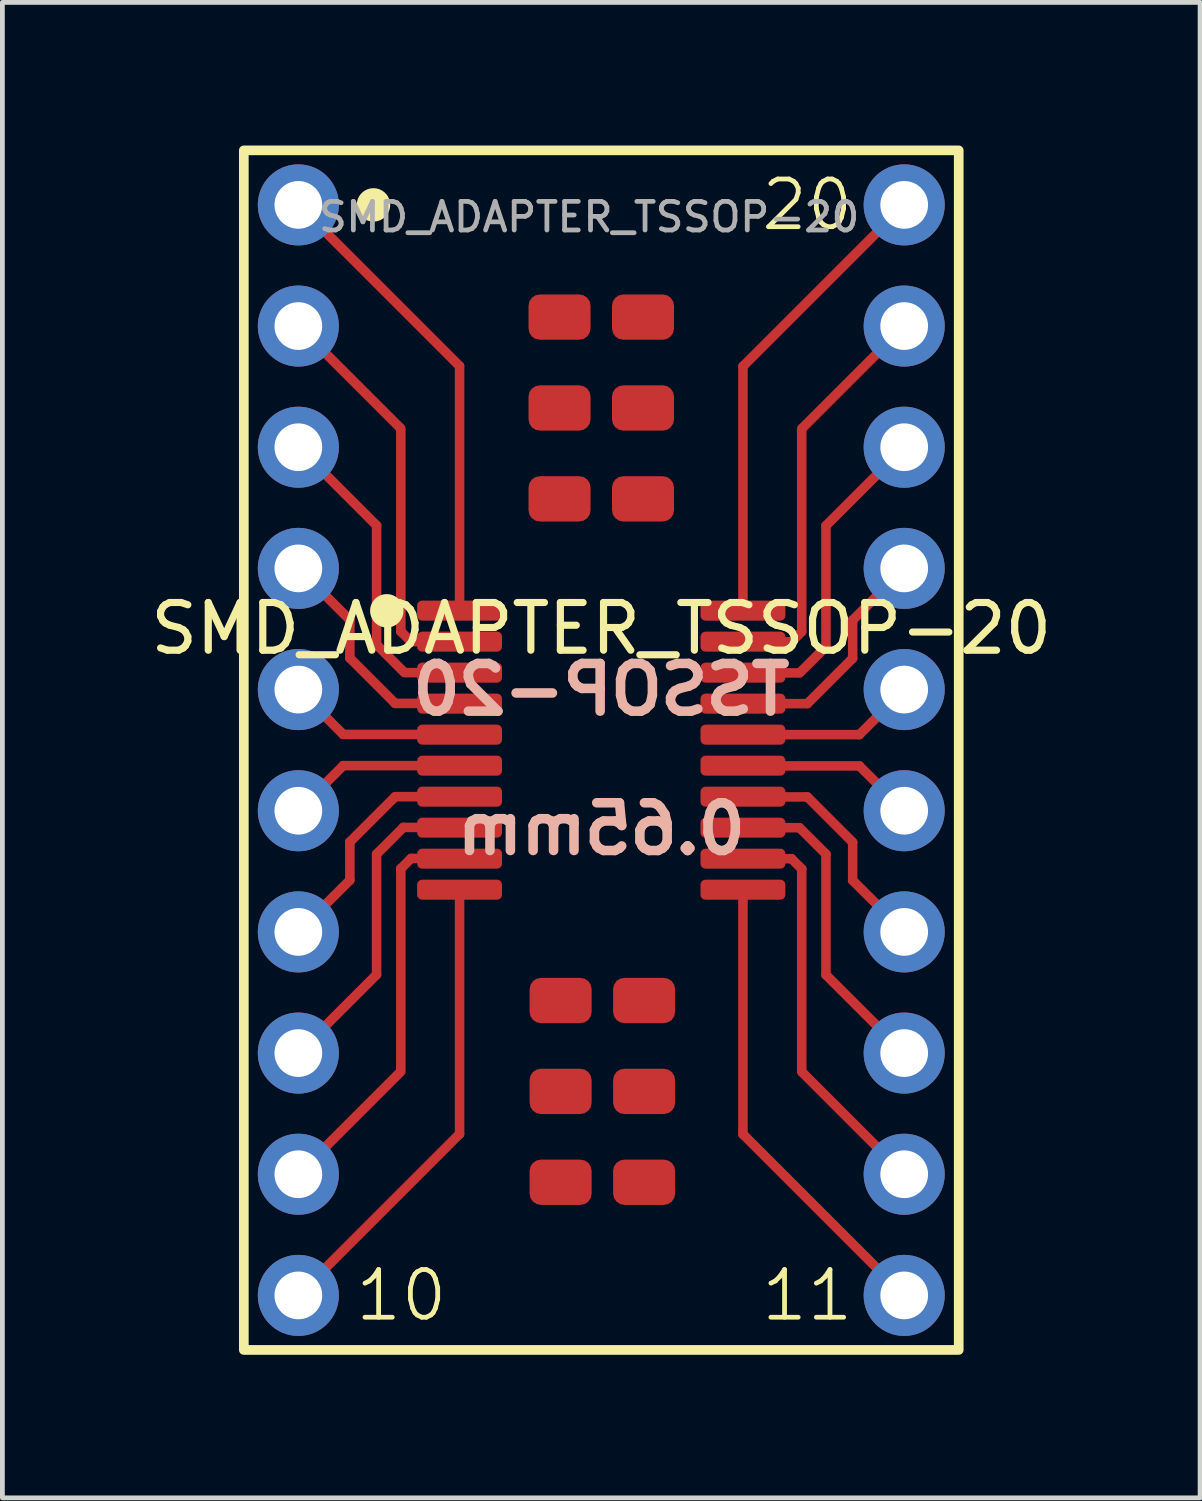
<source format=kicad_pcb>
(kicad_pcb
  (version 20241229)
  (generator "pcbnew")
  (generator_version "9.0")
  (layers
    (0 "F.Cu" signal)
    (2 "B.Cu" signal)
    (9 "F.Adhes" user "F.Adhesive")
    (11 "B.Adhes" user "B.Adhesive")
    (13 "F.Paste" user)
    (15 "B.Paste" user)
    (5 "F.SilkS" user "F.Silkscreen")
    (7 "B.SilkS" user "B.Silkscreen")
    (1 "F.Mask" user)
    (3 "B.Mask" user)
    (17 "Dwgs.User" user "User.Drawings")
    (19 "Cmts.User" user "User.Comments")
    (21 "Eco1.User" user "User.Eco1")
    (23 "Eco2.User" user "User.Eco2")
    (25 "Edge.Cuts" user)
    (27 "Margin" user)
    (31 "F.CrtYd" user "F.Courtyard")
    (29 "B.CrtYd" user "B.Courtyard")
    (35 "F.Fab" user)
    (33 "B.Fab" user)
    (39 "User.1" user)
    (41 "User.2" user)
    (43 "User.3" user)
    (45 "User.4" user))
  (footprint "SMD_ADAPTER_TSSOP-20"
    (layer "F.Cu")
    (at 9.554 12.675)
    (property "Reference" "SMD_ADAPTER_TSSOP-20" (at 0 -2.55 0) (layer "F.SilkS") (effects (font (size 1 1) (thickness 0.15))))
    (attr smd)
    (fp_line (start -6.35 -11.43) (end -2.972 -8.052) (stroke (width 0.2) (type default)) (layer "F.Cu"))
    (fp_line (start -6.35 -8.89) (end -4.216 -6.756) (stroke (width 0.2) (type default)) (layer "F.Cu"))
    (fp_line (start -6.35 -6.35) (end -4.71 -4.71) (stroke (width 0.2) (type default)) (layer "F.Cu"))
    (fp_line (start -6.35 -3.81) (end -5.27 -2.73) (stroke (width 0.2) (type default)) (layer "F.Cu"))
    (fp_line (start -6.35 -1.27) (end -5.41 -0.33) (stroke (width 0.2) (type default)) (layer "F.Cu"))
    (fp_line (start -6.35 1.265) (end -5.41 0.325) (stroke (width 0.2) (type default)) (layer "F.Cu"))
    (fp_line (start -6.35 3.805) (end -5.27 2.725) (stroke (width 0.2) (type default)) (layer "F.Cu"))
    (fp_line (start -6.35 6.345) (end -4.71 4.705) (stroke (width 0.2) (type default)) (layer "F.Cu"))
    (fp_line (start -6.35 8.885) (end -4.216 6.751) (stroke (width 0.2) (type default)) (layer "F.Cu"))
    (fp_line (start -6.35 11.425) (end -2.972 8.047) (stroke (width 0.2) (type default)) (layer "F.Cu"))
    (fp_line (start -5.41 -0.33) (end -2.97 -0.33) (stroke (width 0.2) (type default)) (layer "F.Cu"))
    (fp_line (start -5.41 0.325) (end -2.97 0.325) (stroke (width 0.2) (type default)) (layer "F.Cu"))
    (fp_line (start -5.27 -2.73) (end -5.27 -1.93) (stroke (width 0.2) (type default)) (layer "F.Cu"))
    (fp_line (start -5.27 -1.93) (end -4.322 -0.982) (stroke (width 0.2) (type default)) (layer "F.Cu"))
    (fp_line (start -5.27 1.925) (end -4.322 0.977) (stroke (width 0.2) (type default)) (layer "F.Cu"))
    (fp_line (start -5.27 2.725) (end -5.27 1.925) (stroke (width 0.2) (type default)) (layer "F.Cu"))
    (fp_line (start -4.71 -4.71) (end -4.71 -2.21) (stroke (width 0.2) (type default)) (layer "F.Cu"))
    (fp_line (start -4.71 4.705) (end -4.71 2.18) (stroke (width 0.2) (type default)) (layer "F.Cu"))
    (fp_line (start -4.32 -0.98) (end -2.97 -0.98) (stroke (width 0.2) (type default)) (layer "F.Cu"))
    (fp_line (start -4.32 0.975) (end -2.97 0.975) (stroke (width 0.2) (type default)) (layer "F.Cu"))
    (fp_line (start -4.202 -2.489) (end -4.202 -6.74) (stroke (width 0.2) (type default)) (layer "F.Cu"))
    (fp_line (start -4.202 2.484) (end -4.202 6.735) (stroke (width 0.2) (type default)) (layer "F.Cu"))
    (fp_line (start -4.149 1.619) (end -4.71 2.18) (stroke (width 0.2) (type default)) (layer "F.Cu"))
    (fp_line (start -4.129 -1.629) (end -4.71 -2.21) (stroke (width 0.2) (type default)) (layer "F.Cu"))
    (fp_line (start -3.988 -2.275) (end -4.202 -2.489) (stroke (width 0.2) (type default)) (layer "F.Cu"))
    (fp_line (start -3.988 2.27) (end -4.202 2.484) (stroke (width 0.2) (type default)) (layer "F.Cu"))
    (fp_line (start -2.97 -2.925) (end -2.97 -8.052) (stroke (width 0.2) (type default)) (layer "F.Cu"))
    (fp_line (start -2.97 -2.275) (end -3.988 -2.275) (stroke (width 0.2) (type default)) (layer "F.Cu"))
    (fp_line (start -2.97 -1.625) (end -4.11 -1.625) (stroke (width 0.2) (type default)) (layer "F.Cu"))
    (fp_line (start -2.97 1.62) (end -4.15 1.62) (stroke (width 0.2) (type default)) (layer "F.Cu"))
    (fp_line (start -2.97 2.27) (end -3.988 2.27) (stroke (width 0.2) (type default)) (layer "F.Cu"))
    (fp_line (start -2.97 2.92) (end -2.97 8.047) (stroke (width 0.2) (type default)) (layer "F.Cu"))
    (fp_line (start -0.827 5.375) (end -0.903 5.425) (stroke (width 0.2) (type default)) (layer "F.Cu"))
    (fp_line (start 0.85 -5.395) (end 0.926 -5.446) (stroke (width 0.2) (type default)) (layer "F.Cu"))
    (fp_line (start 2.97 -2.92) (end 2.97 -8.047) (stroke (width 0.2) (type default)) (layer "F.Cu"))
    (fp_line (start 2.97 -2.27) (end 3.988 -2.27) (stroke (width 0.2) (type default)) (layer "F.Cu"))
    (fp_line (start 2.97 -1.62) (end 4.15 -1.62) (stroke (width 0.2) (type default)) (layer "F.Cu"))
    (fp_line (start 2.97 1.625) (end 4.15 1.625) (stroke (width 0.2) (type default)) (layer "F.Cu"))
    (fp_line (start 2.97 2.275) (end 3.988 2.275) (stroke (width 0.2) (type default)) (layer "F.Cu"))
    (fp_line (start 2.97 2.925) (end 2.97 8.052) (stroke (width 0.2) (type default)) (layer "F.Cu"))
    (fp_line (start 3.988 -2.27) (end 4.202 -2.484) (stroke (width 0.2) (type default)) (layer "F.Cu"))
    (fp_line (start 3.988 2.275) (end 4.202 2.489) (stroke (width 0.2) (type default)) (layer "F.Cu"))
    (fp_line (start 4.156 1.626) (end 4.71 2.18) (stroke (width 0.2) (type default)) (layer "F.Cu"))
    (fp_line (start 4.164 -1.624) (end 4.709 -2.169) (stroke (width 0.2) (type default)) (layer "F.Cu"))
    (fp_line (start 4.202 -2.484) (end 4.202 -6.735) (stroke (width 0.2) (type default)) (layer "F.Cu"))
    (fp_line (start 4.202 2.489) (end 4.202 6.74) (stroke (width 0.2) (type default)) (layer "F.Cu"))
    (fp_line (start 4.32 -0.975) (end 2.97 -0.975) (stroke (width 0.2) (type default)) (layer "F.Cu"))
    (fp_line (start 4.32 0.98) (end 2.97 0.98) (stroke (width 0.2) (type default)) (layer "F.Cu"))
    (fp_line (start 4.71 -4.705) (end 4.71 -2.17) (stroke (width 0.2) (type default)) (layer "F.Cu"))
    (fp_line (start 4.71 4.71) (end 4.71 2.18) (stroke (width 0.2) (type default)) (layer "F.Cu"))
    (fp_line (start 5.27 -2.725) (end 5.27 -1.925) (stroke (width 0.2) (type default)) (layer "F.Cu"))
    (fp_line (start 5.27 -1.925) (end 4.322 -0.977) (stroke (width 0.2) (type default)) (layer "F.Cu"))
    (fp_line (start 5.27 1.93) (end 4.322 0.982) (stroke (width 0.2) (type default)) (layer "F.Cu"))
    (fp_line (start 5.27 2.73) (end 5.27 1.93) (stroke (width 0.2) (type default)) (layer "F.Cu"))
    (fp_line (start 5.41 -0.325) (end 2.97 -0.325) (stroke (width 0.2) (type default)) (layer "F.Cu"))
    (fp_line (start 5.41 0.33) (end 2.97 0.33) (stroke (width 0.2) (type default)) (layer "F.Cu"))
    (fp_line (start 6.35 -11.425) (end 2.972 -8.047) (stroke (width 0.2) (type default)) (layer "F.Cu"))
    (fp_line (start 6.35 -8.885) (end 4.216 -6.751) (stroke (width 0.2) (type default)) (layer "F.Cu"))
    (fp_line (start 6.35 -6.345) (end 4.71 -4.705) (stroke (width 0.2) (type default)) (layer "F.Cu"))
    (fp_line (start 6.35 -3.805) (end 5.27 -2.725) (stroke (width 0.2) (type default)) (layer "F.Cu"))
    (fp_line (start 6.35 -1.265) (end 5.41 -0.325) (stroke (width 0.2) (type default)) (layer "F.Cu"))
    (fp_line (start 6.35 1.27) (end 5.41 0.33) (stroke (width 0.2) (type default)) (layer "F.Cu"))
    (fp_line (start 6.35 3.81) (end 5.27 2.73) (stroke (width 0.2) (type default)) (layer "F.Cu"))
    (fp_line (start 6.35 6.35) (end 4.71 4.71) (stroke (width 0.2) (type default)) (layer "F.Cu"))
    (fp_line (start 6.35 8.89) (end 4.216 6.756) (stroke (width 0.2) (type default)) (layer "F.Cu"))
    (fp_line (start 6.35 11.43) (end 2.972 8.052) (stroke (width 0.2) (type default)) (layer "F.Cu"))
    (fp_rect (start -7.493 -12.573) (end 7.493 12.573) (stroke (width 0.203) (type solid)) (fill no) (layer "F.SilkS"))
    (fp_circle (center -4.775 -11.43) (end -4.475 -11.43) (stroke (width 0.1) (type solid)) (fill yes) (layer "F.SilkS"))
    (fp_circle (center -4.496 -2.921) (end -4.196 -2.921) (stroke (width 0.1) (type solid)) (fill yes) (layer "F.SilkS"))
    (fp_text user "20" (at 4.318 -11.43 0) (unlocked yes) (layer "F.SilkS") (effects (font (size 1 1) (thickness 0.1))))
    (fp_text user "11" (at 4.318 11.43 0) (unlocked yes) (layer "F.SilkS") (effects (font (size 1 1) (thickness 0.1))))
    (fp_text user "10" (at -4.191 11.43 0) (unlocked yes) (layer "F.SilkS") (effects (font (size 1 1) (thickness 0.1))))
    (fp_text user "0.65mm" (at 0 1.651 0) (unlocked yes) (layer "B.SilkS") (effects (font (size 1 1) (thickness 0.2) (bold yes)) (justify mirror)))
    (fp_text user "TSSOP-20" (at 0 -1.27 0) (unlocked yes) (layer "B.SilkS") (effects (font (size 1 1) (thickness 0.2) (bold yes)) (justify mirror)))
    (fp_text user "${REFERENCE}" (at -0.254 -11.176 0) (layer "F.Fab") (effects (font (size 0.6 0.6) (thickness 0.1))))
    (pad "" smd roundrect (at -0.875 -9.078) (size 1.3 0.95) (layers "F.Cu" "F.Mask" "F.Paste") (roundrect_rratio 0.25))
    (pad "" smd roundrect (at -0.875 -7.173) (size 1.3 0.95) (layers "F.Cu" "F.Mask" "F.Paste") (roundrect_rratio 0.25))
    (pad "" smd roundrect (at -0.875 -5.268) (size 1.3 0.95) (layers "F.Cu" "F.Mask" "F.Paste") (roundrect_rratio 0.25))
    (pad "" smd roundrect (at -0.852 5.248 180) (size 1.3 0.95) (layers "F.Cu" "F.Mask" "F.Paste") (roundrect_rratio 0.25))
    (pad "" smd roundrect (at -0.852 7.153 180) (size 1.3 0.95) (layers "F.Cu" "F.Mask" "F.Paste") (roundrect_rratio 0.25))
    (pad "" smd roundrect (at -0.852 9.058 180) (size 1.3 0.95) (layers "F.Cu" "F.Mask" "F.Paste") (roundrect_rratio 0.25))
    (pad "" smd roundrect (at 0.875 -9.078) (size 1.3 0.95) (layers "F.Cu" "F.Mask" "F.Paste") (roundrect_rratio 0.25))
    (pad "" smd roundrect (at 0.875 -7.173) (size 1.3 0.95) (layers "F.Cu" "F.Mask" "F.Paste") (roundrect_rratio 0.25))
    (pad "" smd roundrect (at 0.875 -5.268) (size 1.3 0.95) (layers "F.Cu" "F.Mask" "F.Paste") (roundrect_rratio 0.25))
    (pad "" smd roundrect (at 0.898 5.248 180) (size 1.3 0.95) (layers "F.Cu" "F.Mask" "F.Paste") (roundrect_rratio 0.25))
    (pad "" smd roundrect (at 0.898 7.153 180) (size 1.3 0.95) (layers "F.Cu" "F.Mask" "F.Paste") (roundrect_rratio 0.25))
    (pad "" smd roundrect (at 0.898 9.058 180) (size 1.3 0.95) (layers "F.Cu" "F.Mask" "F.Paste") (roundrect_rratio 0.25))
    (pad "1" thru_hole circle (at -6.35 -11.43) (size 1.7 1.7) (drill 1) (layers "*.Cu" "*.Mask"))
    (pad "1" smd roundrect (at -2.97 -2.925) (size 1.78 0.42) (layers "F.Cu" "F.Mask" "F.Paste") (roundrect_rratio 0.25))
    (pad "2" thru_hole circle (at -6.35 -8.89) (size 1.7 1.7) (drill 1) (layers "*.Cu" "*.Mask"))
    (pad "2" smd roundrect (at -2.97 -2.275) (size 1.78 0.42) (layers "F.Cu" "F.Mask" "F.Paste") (roundrect_rratio 0.25))
    (pad "3" thru_hole circle (at -6.35 -6.35) (size 1.7 1.7) (drill 1) (layers "*.Cu" "*.Mask"))
    (pad "3" smd roundrect (at -2.97 -1.625) (size 1.78 0.42) (layers "F.Cu" "F.Mask" "F.Paste") (roundrect_rratio 0.25))
    (pad "4" thru_hole circle (at -6.35 -3.81) (size 1.7 1.7) (drill 1) (layers "*.Cu" "*.Mask"))
    (pad "4" smd roundrect (at -2.97 -0.975) (size 1.78 0.42) (layers "F.Cu" "F.Mask" "F.Paste") (roundrect_rratio 0.25))
    (pad "5" thru_hole circle (at -6.35 -1.27) (size 1.7 1.7) (drill 1) (layers "*.Cu" "*.Mask"))
    (pad "5" smd roundrect (at -2.97 -0.325) (size 1.78 0.42) (layers "F.Cu" "F.Mask" "F.Paste") (roundrect_rratio 0.25))
    (pad "6" thru_hole circle (at -6.35 1.27) (size 1.7 1.7) (drill 1) (layers "*.Cu" "*.Mask"))
    (pad "6" smd roundrect (at -2.97 0.325) (size 1.78 0.42) (layers "F.Cu" "F.Mask" "F.Paste") (roundrect_rratio 0.25))
    (pad "7" thru_hole circle (at -6.35 3.81) (size 1.7 1.7) (drill 1) (layers "*.Cu" "*.Mask"))
    (pad "7" smd roundrect (at -2.97 0.975) (size 1.78 0.42) (layers "F.Cu" "F.Mask" "F.Paste") (roundrect_rratio 0.25))
    (pad "8" thru_hole circle (at -6.35 6.35) (size 1.7 1.7) (drill 1) (layers "*.Cu" "*.Mask"))
    (pad "8" smd roundrect (at -2.97 1.625) (size 1.78 0.42) (layers "F.Cu" "F.Mask" "F.Paste") (roundrect_rratio 0.25))
    (pad "9" thru_hole circle (at -6.35 8.89) (size 1.7 1.7) (drill 1) (layers "*.Cu" "*.Mask"))
    (pad "9" smd roundrect (at -2.97 2.275) (size 1.78 0.42) (layers "F.Cu" "F.Mask" "F.Paste") (roundrect_rratio 0.25))
    (pad "10" thru_hole circle (at -6.35 11.43) (size 1.7 1.7) (drill 1) (layers "*.Cu" "*.Mask"))
    (pad "10" smd roundrect (at -2.97 2.925) (size 1.78 0.42) (layers "F.Cu" "F.Mask" "F.Paste") (roundrect_rratio 0.25))
    (pad "11" smd roundrect (at 2.97 2.925) (size 1.78 0.42) (layers "F.Cu" "F.Mask" "F.Paste") (roundrect_rratio 0.25))
    (pad "11" thru_hole circle (at 6.35 11.43) (size 1.7 1.7) (drill 1) (layers "*.Cu" "*.Mask"))
    (pad "12" smd roundrect (at 2.97 2.275) (size 1.78 0.42) (layers "F.Cu" "F.Mask" "F.Paste") (roundrect_rratio 0.25))
    (pad "12" thru_hole circle (at 6.35 8.89) (size 1.7 1.7) (drill 1) (layers "*.Cu" "*.Mask"))
    (pad "13" smd roundrect (at 2.97 1.625) (size 1.78 0.42) (layers "F.Cu" "F.Mask" "F.Paste") (roundrect_rratio 0.25))
    (pad "13" thru_hole circle (at 6.35 6.35) (size 1.7 1.7) (drill 1) (layers "*.Cu" "*.Mask"))
    (pad "14" smd roundrect (at 2.97 0.975) (size 1.78 0.42) (layers "F.Cu" "F.Mask" "F.Paste") (roundrect_rratio 0.25))
    (pad "14" thru_hole circle (at 6.35 3.81) (size 1.7 1.7) (drill 1) (layers "*.Cu" "*.Mask"))
    (pad "15" smd roundrect (at 2.97 0.325) (size 1.78 0.42) (layers "F.Cu" "F.Mask" "F.Paste") (roundrect_rratio 0.25))
    (pad "15" thru_hole circle (at 6.35 1.27) (size 1.7 1.7) (drill 1) (layers "*.Cu" "*.Mask"))
    (pad "16" smd roundrect (at 2.97 -0.325) (size 1.78 0.42) (layers "F.Cu" "F.Mask" "F.Paste") (roundrect_rratio 0.25))
    (pad "16" thru_hole circle (at 6.35 -1.27) (size 1.7 1.7) (drill 1) (layers "*.Cu" "*.Mask"))
    (pad "17" smd roundrect (at 2.97 -0.975) (size 1.78 0.42) (layers "F.Cu" "F.Mask" "F.Paste") (roundrect_rratio 0.25))
    (pad "17" thru_hole circle (at 6.35 -3.81) (size 1.7 1.7) (drill 1) (layers "*.Cu" "*.Mask"))
    (pad "18" smd roundrect (at 2.97 -1.625) (size 1.78 0.42) (layers "F.Cu" "F.Mask" "F.Paste") (roundrect_rratio 0.25))
    (pad "18" thru_hole circle (at 6.35 -6.35) (size 1.7 1.7) (drill 1) (layers "*.Cu" "*.Mask"))
    (pad "19" smd roundrect (at 2.97 -2.275) (size 1.78 0.42) (layers "F.Cu" "F.Mask" "F.Paste") (roundrect_rratio 0.25))
    (pad "19" thru_hole circle (at 6.35 -8.89) (size 1.7 1.7) (drill 1) (layers "*.Cu" "*.Mask"))
    (pad "20" smd roundrect (at 2.97 -2.925) (size 1.78 0.42) (layers "F.Cu" "F.Mask" "F.Paste") (roundrect_rratio 0.25))
    (pad "20" thru_hole circle (at 6.35 -11.43) (size 1.7 1.7) (drill 1) (layers "*.Cu" "*.Mask")))
  (gr_rect
    (start -3 -3)
    (end 22.107 28.349)
    (stroke (width 0.1) (type default))
    (fill no)
    (layer "Edge.Cuts")))
</source>
